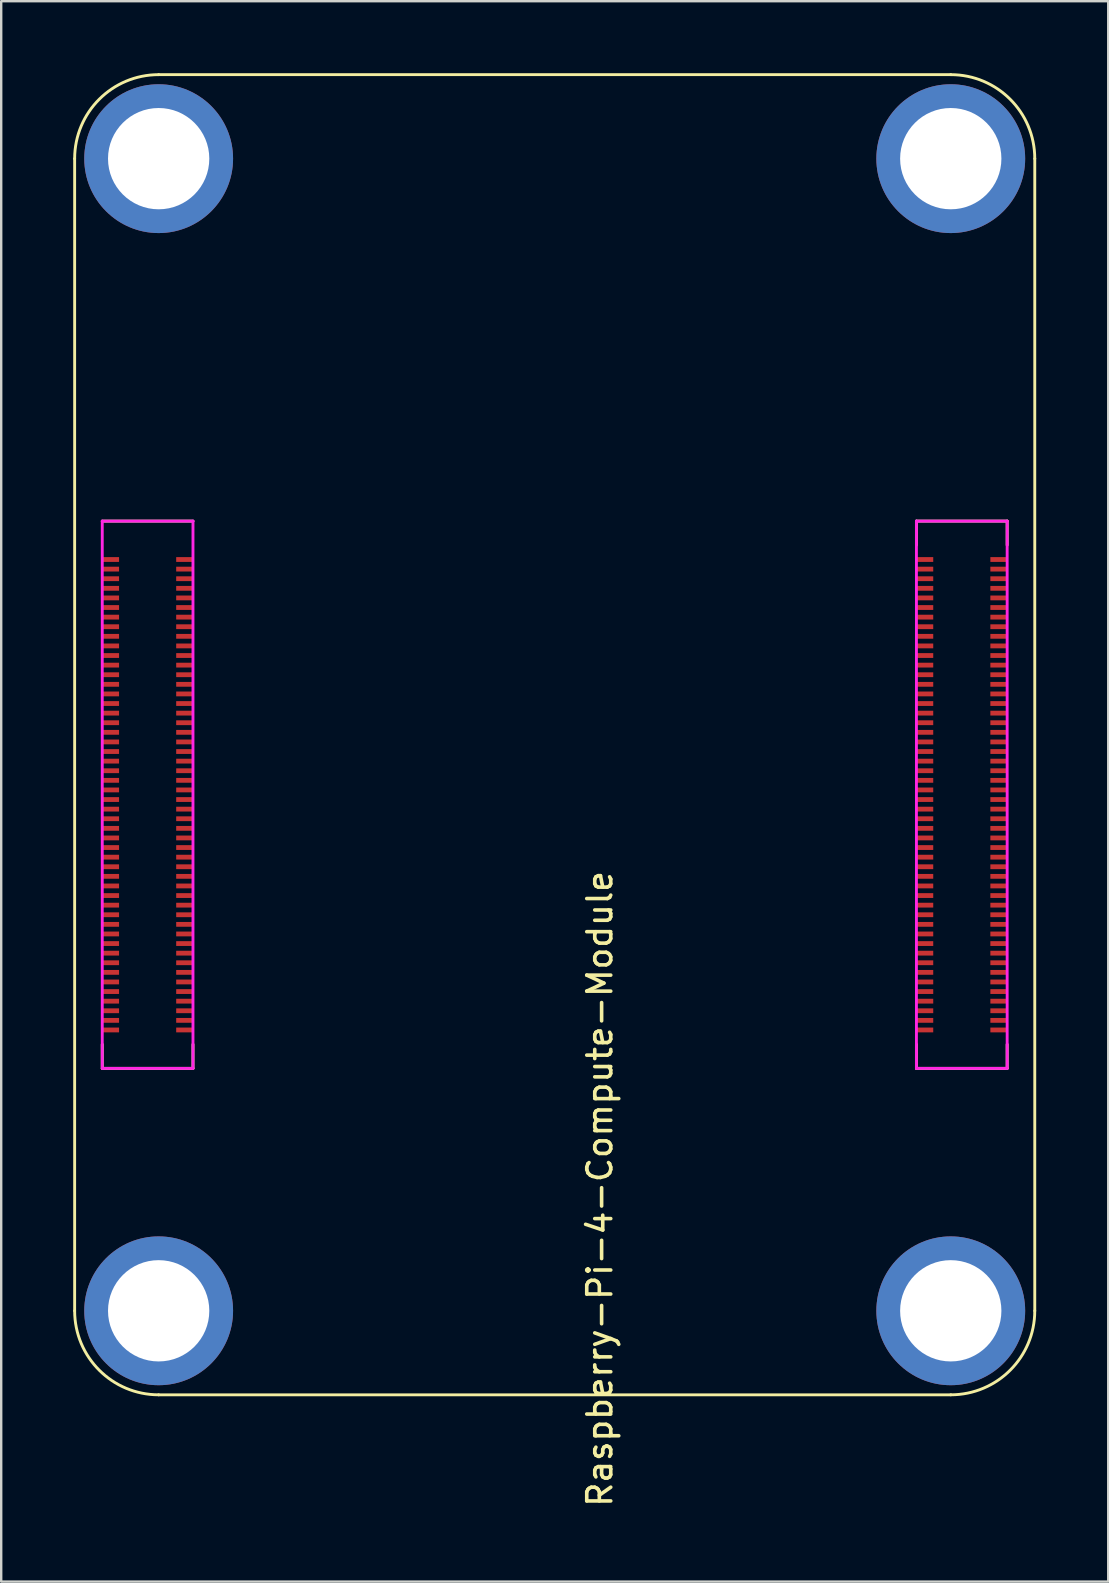
<source format=kicad_pcb>
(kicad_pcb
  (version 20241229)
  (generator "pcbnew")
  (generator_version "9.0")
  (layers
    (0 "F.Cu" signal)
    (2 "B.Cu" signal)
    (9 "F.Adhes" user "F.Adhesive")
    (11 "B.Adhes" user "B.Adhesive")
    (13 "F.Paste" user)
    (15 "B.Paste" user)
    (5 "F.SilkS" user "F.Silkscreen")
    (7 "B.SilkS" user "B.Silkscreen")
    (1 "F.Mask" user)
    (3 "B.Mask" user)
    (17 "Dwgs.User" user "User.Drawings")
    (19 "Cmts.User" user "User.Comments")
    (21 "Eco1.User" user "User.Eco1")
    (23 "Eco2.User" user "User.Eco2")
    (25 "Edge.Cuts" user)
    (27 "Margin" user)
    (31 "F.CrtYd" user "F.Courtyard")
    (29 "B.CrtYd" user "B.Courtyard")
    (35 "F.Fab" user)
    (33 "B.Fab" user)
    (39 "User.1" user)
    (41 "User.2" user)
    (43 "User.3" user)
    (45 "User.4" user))
  (footprint "Raspberry-Pi-4-Compute-Module"
    (layer "F.Cu")
    (at 3.56 51.56)
    (property "Reference" "Raspberry-Pi-4-Compute-Module" (at 18.38 -5.08 270) (layer "F.SilkS") (effects (font (size 1 1) (thickness 0.15))))
    (attr smd)
    (fp_line (start -3.5 -48) (end -3.5 0) (stroke (width 0.12) (type solid)) (layer "F.SilkS"))
    (fp_line (start -2.35 -32.9) (end 1.43 -32.9) (stroke (width 0.12) (type solid)) (layer "F.SilkS"))
    (fp_line (start -2.35 -10.1) (end -2.35 -11.1) (stroke (width 0.12) (type solid)) (layer "F.SilkS"))
    (fp_line (start -2.35 -10.1) (end 1.43 -10.1) (stroke (width 0.12) (type solid)) (layer "F.SilkS"))
    (fp_line (start 0 3.5) (end 33 3.5) (stroke (width 0.12) (type solid)) (layer "F.SilkS"))
    (fp_line (start 1.43 -10.1) (end 1.43 -11.1) (stroke (width 0.12) (type solid)) (layer "F.SilkS"))
    (fp_line (start 31.57 -32.9) (end 31.57 -31.9) (stroke (width 0.12) (type solid)) (layer "F.SilkS"))
    (fp_line (start 31.57 -32.9) (end 35.35 -32.9) (stroke (width 0.12) (type solid)) (layer "F.SilkS"))
    (fp_line (start 31.57 -10.1) (end 31.57 -11.1) (stroke (width 0.12) (type solid)) (layer "F.SilkS"))
    (fp_line (start 31.57 -10.1) (end 35.35 -10.1) (stroke (width 0.12) (type solid)) (layer "F.SilkS"))
    (fp_line (start 33 -51.5) (end 0 -51.5) (stroke (width 0.12) (type solid)) (layer "F.SilkS"))
    (fp_line (start 35.35 -32.9) (end 35.35 -31.9) (stroke (width 0.12) (type solid)) (layer "F.SilkS"))
    (fp_line (start 35.35 -10.1) (end 35.35 -11.1) (stroke (width 0.12) (type solid)) (layer "F.SilkS"))
    (fp_line (start 36.5 0) (end 36.5 -48) (stroke (width 0.12) (type solid)) (layer "F.SilkS"))
    (fp_arc (start -3.5 -48) (mid -2.474874 -50.474874) (end 0 -51.5) (stroke (width 0.12) (type solid)) (layer "F.SilkS"))
    (fp_arc (start 0 3.5) (mid -2.474874 2.474874) (end -3.5 0) (stroke (width 0.12) (type solid)) (layer "F.SilkS"))
    (fp_arc (start 33 -51.5) (mid 35.474874 -50.474874) (end 36.5 -48) (stroke (width 0.12) (type solid)) (layer "F.SilkS"))
    (fp_arc (start 36.5 0) (mid 35.474874 2.474874) (end 33 3.5) (stroke (width 0.12) (type solid)) (layer "F.SilkS"))
    (fp_line (start -2.35 -32.9) (end 1.43 -32.9) (stroke (width 0.12) (type solid)) (layer "F.CrtYd"))
    (fp_line (start -2.35 -10.1) (end -2.35 -32.9) (stroke (width 0.12) (type solid)) (layer "F.CrtYd"))
    (fp_line (start 1.43 -32.9) (end 1.43 -10.1) (stroke (width 0.12) (type solid)) (layer "F.CrtYd"))
    (fp_line (start 1.43 -10.1) (end -2.35 -10.1) (stroke (width 0.12) (type solid)) (layer "F.CrtYd"))
    (fp_line (start 31.57 -32.9) (end 35.35 -32.9) (stroke (width 0.12) (type solid)) (layer "F.CrtYd"))
    (fp_line (start 31.57 -10.1) (end 31.57 -32.9) (stroke (width 0.12) (type solid)) (layer "F.CrtYd"))
    (fp_line (start 35.35 -32.9) (end 35.35 -10.1) (stroke (width 0.12) (type solid)) (layer "F.CrtYd"))
    (fp_line (start 35.35 -10.1) (end 31.57 -10.1) (stroke (width 0.12) (type solid)) (layer "F.CrtYd"))
    (pad "" thru_hole circle (at 0 -48) (size 6.2 6.2) (drill 4.22) (layers "*.Cu" "*.Mask"))
    (pad "" thru_hole circle (at 0 0) (size 6.2 6.2) (drill 4.22) (layers "*.Cu" "*.Mask"))
    (pad "" thru_hole circle (at 33 -48) (size 6.2 6.2) (drill 4.22) (layers "*.Cu" "*.Mask"))
    (pad "" thru_hole circle (at 33 0) (size 6.2 6.2) (drill 4.22) (layers "*.Cu" "*.Mask"))
    (pad "1" smd rect (at -2 -31.3 270) (size 0.2 0.7) (layers "F.Cu" "F.Mask" "F.Paste"))
    (pad "2" smd rect (at 1.08 -31.3 270) (size 0.2 0.7) (layers "F.Cu" "F.Mask" "F.Paste"))
    (pad "3" smd rect (at -2 -30.9 270) (size 0.2 0.7) (layers "F.Cu" "F.Mask" "F.Paste"))
    (pad "4" smd rect (at 1.08 -30.9 270) (size 0.2 0.7) (layers "F.Cu" "F.Mask" "F.Paste"))
    (pad "5" smd rect (at -2 -30.5 270) (size 0.2 0.7) (layers "F.Cu" "F.Mask" "F.Paste"))
    (pad "6" smd rect (at 1.08 -30.5 270) (size 0.2 0.7) (layers "F.Cu" "F.Mask" "F.Paste"))
    (pad "7" smd rect (at -2 -30.1 270) (size 0.2 0.7) (layers "F.Cu" "F.Mask" "F.Paste"))
    (pad "8" smd rect (at 1.08 -30.1 270) (size 0.2 0.7) (layers "F.Cu" "F.Mask" "F.Paste"))
    (pad "9" smd rect (at -2 -29.7 270) (size 0.2 0.7) (layers "F.Cu" "F.Mask" "F.Paste"))
    (pad "10" smd rect (at 1.08 -29.7 270) (size 0.2 0.7) (layers "F.Cu" "F.Mask" "F.Paste"))
    (pad "11" smd rect (at -2 -29.3 270) (size 0.2 0.7) (layers "F.Cu" "F.Mask" "F.Paste"))
    (pad "12" smd rect (at 1.08 -29.3 270) (size 0.2 0.7) (layers "F.Cu" "F.Mask" "F.Paste"))
    (pad "13" smd rect (at -2 -28.9 270) (size 0.2 0.7) (layers "F.Cu" "F.Mask" "F.Paste"))
    (pad "14" smd rect (at 1.08 -28.9 270) (size 0.2 0.7) (layers "F.Cu" "F.Mask" "F.Paste"))
    (pad "15" smd rect (at -2 -28.5 270) (size 0.2 0.7) (layers "F.Cu" "F.Mask" "F.Paste"))
    (pad "16" smd rect (at 1.08 -28.5 270) (size 0.2 0.7) (layers "F.Cu" "F.Mask" "F.Paste"))
    (pad "17" smd rect (at -2 -28.1 270) (size 0.2 0.7) (layers "F.Cu" "F.Mask" "F.Paste"))
    (pad "18" smd rect (at 1.08 -28.1 270) (size 0.2 0.7) (layers "F.Cu" "F.Mask" "F.Paste"))
    (pad "19" smd rect (at -2 -27.7 270) (size 0.2 0.7) (layers "F.Cu" "F.Mask" "F.Paste"))
    (pad "20" smd rect (at 1.08 -27.7 270) (size 0.2 0.7) (layers "F.Cu" "F.Mask" "F.Paste"))
    (pad "21" smd rect (at -2 -27.3 270) (size 0.2 0.7) (layers "F.Cu" "F.Mask" "F.Paste"))
    (pad "22" smd rect (at 1.08 -27.3 270) (size 0.2 0.7) (layers "F.Cu" "F.Mask" "F.Paste"))
    (pad "23" smd rect (at -2 -26.9 270) (size 0.2 0.7) (layers "F.Cu" "F.Mask" "F.Paste"))
    (pad "24" smd rect (at 1.08 -26.9 270) (size 0.2 0.7) (layers "F.Cu" "F.Mask" "F.Paste"))
    (pad "25" smd rect (at -2 -26.5 270) (size 0.2 0.7) (layers "F.Cu" "F.Mask" "F.Paste"))
    (pad "26" smd rect (at 1.08 -26.5 270) (size 0.2 0.7) (layers "F.Cu" "F.Mask" "F.Paste"))
    (pad "27" smd rect (at -2 -26.1 270) (size 0.2 0.7) (layers "F.Cu" "F.Mask" "F.Paste"))
    (pad "28" smd rect (at 1.08 -26.1 270) (size 0.2 0.7) (layers "F.Cu" "F.Mask" "F.Paste"))
    (pad "29" smd rect (at -2 -25.7 270) (size 0.2 0.7) (layers "F.Cu" "F.Mask" "F.Paste"))
    (pad "30" smd rect (at 1.08 -25.7 270) (size 0.2 0.7) (layers "F.Cu" "F.Mask" "F.Paste"))
    (pad "31" smd rect (at -2 -25.3 270) (size 0.2 0.7) (layers "F.Cu" "F.Mask" "F.Paste"))
    (pad "32" smd rect (at 1.08 -25.3 270) (size 0.2 0.7) (layers "F.Cu" "F.Mask" "F.Paste"))
    (pad "33" smd rect (at -2 -24.9 270) (size 0.2 0.7) (layers "F.Cu" "F.Mask" "F.Paste"))
    (pad "34" smd rect (at 1.08 -24.9 270) (size 0.2 0.7) (layers "F.Cu" "F.Mask" "F.Paste"))
    (pad "35" smd rect (at -2 -24.5 270) (size 0.2 0.7) (layers "F.Cu" "F.Mask" "F.Paste"))
    (pad "36" smd rect (at 1.08 -24.5 270) (size 0.2 0.7) (layers "F.Cu" "F.Mask" "F.Paste"))
    (pad "37" smd rect (at -2 -24.1 270) (size 0.2 0.7) (layers "F.Cu" "F.Mask" "F.Paste"))
    (pad "38" smd rect (at 1.08 -24.1 270) (size 0.2 0.7) (layers "F.Cu" "F.Mask" "F.Paste"))
    (pad "39" smd rect (at -2 -23.7 270) (size 0.2 0.7) (layers "F.Cu" "F.Mask" "F.Paste"))
    (pad "40" smd rect (at 1.08 -23.7 270) (size 0.2 0.7) (layers "F.Cu" "F.Mask" "F.Paste"))
    (pad "41" smd rect (at -2 -23.3 270) (size 0.2 0.7) (layers "F.Cu" "F.Mask" "F.Paste"))
    (pad "42" smd rect (at 1.08 -23.3 270) (size 0.2 0.7) (layers "F.Cu" "F.Mask" "F.Paste"))
    (pad "43" smd rect (at -2 -22.9 270) (size 0.2 0.7) (layers "F.Cu" "F.Mask" "F.Paste"))
    (pad "44" smd rect (at 1.08 -22.9 270) (size 0.2 0.7) (layers "F.Cu" "F.Mask" "F.Paste"))
    (pad "45" smd rect (at -2 -22.5 270) (size 0.2 0.7) (layers "F.Cu" "F.Mask" "F.Paste"))
    (pad "46" smd rect (at 1.08 -22.5 270) (size 0.2 0.7) (layers "F.Cu" "F.Mask" "F.Paste"))
    (pad "47" smd rect (at -2 -22.1 270) (size 0.2 0.7) (layers "F.Cu" "F.Mask" "F.Paste"))
    (pad "48" smd rect (at 1.08 -22.1 270) (size 0.2 0.7) (layers "F.Cu" "F.Mask" "F.Paste"))
    (pad "49" smd rect (at -2 -21.7 270) (size 0.2 0.7) (layers "F.Cu" "F.Mask" "F.Paste"))
    (pad "50" smd rect (at 1.08 -21.7 270) (size 0.2 0.7) (layers "F.Cu" "F.Mask" "F.Paste"))
    (pad "51" smd rect (at -2 -21.3 270) (size 0.2 0.7) (layers "F.Cu" "F.Mask" "F.Paste"))
    (pad "52" smd rect (at 1.08 -21.3 270) (size 0.2 0.7) (layers "F.Cu" "F.Mask" "F.Paste"))
    (pad "53" smd rect (at -2 -20.9 270) (size 0.2 0.7) (layers "F.Cu" "F.Mask" "F.Paste"))
    (pad "54" smd rect (at 1.08 -20.9 270) (size 0.2 0.7) (layers "F.Cu" "F.Mask" "F.Paste"))
    (pad "55" smd rect (at -2 -20.5 270) (size 0.2 0.7) (layers "F.Cu" "F.Mask" "F.Paste"))
    (pad "56" smd rect (at 1.08 -20.5 270) (size 0.2 0.7) (layers "F.Cu" "F.Mask" "F.Paste"))
    (pad "57" smd rect (at -2 -20.1 270) (size 0.2 0.7) (layers "F.Cu" "F.Mask" "F.Paste"))
    (pad "58" smd rect (at 1.08 -20.1 270) (size 0.2 0.7) (layers "F.Cu" "F.Mask" "F.Paste"))
    (pad "59" smd rect (at -2 -19.7 270) (size 0.2 0.7) (layers "F.Cu" "F.Mask" "F.Paste"))
    (pad "60" smd rect (at 1.08 -19.7 270) (size 0.2 0.7) (layers "F.Cu" "F.Mask" "F.Paste"))
    (pad "61" smd rect (at -2 -19.3 270) (size 0.2 0.7) (layers "F.Cu" "F.Mask" "F.Paste"))
    (pad "62" smd rect (at 1.08 -19.3 270) (size 0.2 0.7) (layers "F.Cu" "F.Mask" "F.Paste"))
    (pad "63" smd rect (at -2 -18.9 270) (size 0.2 0.7) (layers "F.Cu" "F.Mask" "F.Paste"))
    (pad "64" smd rect (at 1.08 -18.9 270) (size 0.2 0.7) (layers "F.Cu" "F.Mask" "F.Paste"))
    (pad "65" smd rect (at -2 -18.5 270) (size 0.2 0.7) (layers "F.Cu" "F.Mask" "F.Paste"))
    (pad "66" smd rect (at 1.08 -18.5 270) (size 0.2 0.7) (layers "F.Cu" "F.Mask" "F.Paste"))
    (pad "67" smd rect (at -2 -18.1 270) (size 0.2 0.7) (layers "F.Cu" "F.Mask" "F.Paste"))
    (pad "68" smd rect (at 1.08 -18.1 270) (size 0.2 0.7) (layers "F.Cu" "F.Mask" "F.Paste"))
    (pad "69" smd rect (at -2 -17.7 270) (size 0.2 0.7) (layers "F.Cu" "F.Mask" "F.Paste"))
    (pad "70" smd rect (at 1.08 -17.7 270) (size 0.2 0.7) (layers "F.Cu" "F.Mask" "F.Paste"))
    (pad "71" smd rect (at -2 -17.3 270) (size 0.2 0.7) (layers "F.Cu" "F.Mask" "F.Paste"))
    (pad "72" smd rect (at 1.08 -17.3 270) (size 0.2 0.7) (layers "F.Cu" "F.Mask" "F.Paste"))
    (pad "73" smd rect (at -2 -16.9 270) (size 0.2 0.7) (layers "F.Cu" "F.Mask" "F.Paste"))
    (pad "74" smd rect (at 1.08 -16.9 270) (size 0.2 0.7) (layers "F.Cu" "F.Mask" "F.Paste"))
    (pad "75" smd rect (at -2 -16.5 270) (size 0.2 0.7) (layers "F.Cu" "F.Mask" "F.Paste"))
    (pad "76" smd rect (at 1.08 -16.5 270) (size 0.2 0.7) (layers "F.Cu" "F.Mask" "F.Paste"))
    (pad "77" smd rect (at -2 -16.1 270) (size 0.2 0.7) (layers "F.Cu" "F.Mask" "F.Paste"))
    (pad "78" smd rect (at 1.08 -16.1 270) (size 0.2 0.7) (layers "F.Cu" "F.Mask" "F.Paste"))
    (pad "79" smd rect (at -2 -15.7 270) (size 0.2 0.7) (layers "F.Cu" "F.Mask" "F.Paste"))
    (pad "80" smd rect (at 1.08 -15.7 270) (size 0.2 0.7) (layers "F.Cu" "F.Mask" "F.Paste"))
    (pad "81" smd rect (at -2 -15.3 270) (size 0.2 0.7) (layers "F.Cu" "F.Mask" "F.Paste"))
    (pad "82" smd rect (at 1.08 -15.3 270) (size 0.2 0.7) (layers "F.Cu" "F.Mask" "F.Paste"))
    (pad "83" smd rect (at -2 -14.9 270) (size 0.2 0.7) (layers "F.Cu" "F.Mask" "F.Paste"))
    (pad "84" smd rect (at 1.08 -14.9 270) (size 0.2 0.7) (layers "F.Cu" "F.Mask" "F.Paste"))
    (pad "85" smd rect (at -2 -14.5 270) (size 0.2 0.7) (layers "F.Cu" "F.Mask" "F.Paste"))
    (pad "86" smd rect (at 1.08 -14.5 270) (size 0.2 0.7) (layers "F.Cu" "F.Mask" "F.Paste"))
    (pad "87" smd rect (at -2 -14.1 270) (size 0.2 0.7) (layers "F.Cu" "F.Mask" "F.Paste"))
    (pad "88" smd rect (at 1.08 -14.1 270) (size 0.2 0.7) (layers "F.Cu" "F.Mask" "F.Paste"))
    (pad "89" smd rect (at -2 -13.7 270) (size 0.2 0.7) (layers "F.Cu" "F.Mask" "F.Paste"))
    (pad "90" smd rect (at 1.08 -13.7 270) (size 0.2 0.7) (layers "F.Cu" "F.Mask" "F.Paste"))
    (pad "91" smd rect (at -2 -13.3 270) (size 0.2 0.7) (layers "F.Cu" "F.Mask" "F.Paste"))
    (pad "92" smd rect (at 1.08 -13.3 270) (size 0.2 0.7) (layers "F.Cu" "F.Mask" "F.Paste"))
    (pad "93" smd rect (at -2 -12.9 270) (size 0.2 0.7) (layers "F.Cu" "F.Mask" "F.Paste"))
    (pad "94" smd rect (at 1.08 -12.9 270) (size 0.2 0.7) (layers "F.Cu" "F.Mask" "F.Paste"))
    (pad "95" smd rect (at -2 -12.5 270) (size 0.2 0.7) (layers "F.Cu" "F.Mask" "F.Paste"))
    (pad "96" smd rect (at 1.08 -12.5 270) (size 0.2 0.7) (layers "F.Cu" "F.Mask" "F.Paste"))
    (pad "97" smd rect (at -2 -12.1 270) (size 0.2 0.7) (layers "F.Cu" "F.Mask" "F.Paste"))
    (pad "98" smd rect (at 1.08 -12.1 270) (size 0.2 0.7) (layers "F.Cu" "F.Mask" "F.Paste"))
    (pad "99" smd rect (at -2 -11.7 270) (size 0.2 0.7) (layers "F.Cu" "F.Mask" "F.Paste"))
    (pad "100" smd rect (at 1.08 -11.7 270) (size 0.2 0.7) (layers "F.Cu" "F.Mask" "F.Paste"))
    (pad "101" smd rect (at 31.92 -31.3 270) (size 0.2 0.7) (layers "F.Cu" "F.Mask" "F.Paste"))
    (pad "102" smd rect (at 35 -31.3 270) (size 0.2 0.7) (layers "F.Cu" "F.Mask" "F.Paste"))
    (pad "103" smd rect (at 31.92 -30.9 270) (size 0.2 0.7) (layers "F.Cu" "F.Mask" "F.Paste"))
    (pad "104" smd rect (at 35 -30.9 270) (size 0.2 0.7) (layers "F.Cu" "F.Mask" "F.Paste"))
    (pad "105" smd rect (at 31.92 -30.5 270) (size 0.2 0.7) (layers "F.Cu" "F.Mask" "F.Paste"))
    (pad "106" smd rect (at 35 -30.5 270) (size 0.2 0.7) (layers "F.Cu" "F.Mask" "F.Paste"))
    (pad "107" smd rect (at 31.92 -30.1 270) (size 0.2 0.7) (layers "F.Cu" "F.Mask" "F.Paste"))
    (pad "108" smd rect (at 35 -30.1 270) (size 0.2 0.7) (layers "F.Cu" "F.Mask" "F.Paste"))
    (pad "109" smd rect (at 31.92 -29.7 270) (size 0.2 0.7) (layers "F.Cu" "F.Mask" "F.Paste"))
    (pad "110" smd rect (at 35 -29.7 270) (size 0.2 0.7) (layers "F.Cu" "F.Mask" "F.Paste"))
    (pad "111" smd rect (at 31.92 -29.3 270) (size 0.2 0.7) (layers "F.Cu" "F.Mask" "F.Paste"))
    (pad "112" smd rect (at 35 -29.3 270) (size 0.2 0.7) (layers "F.Cu" "F.Mask" "F.Paste"))
    (pad "113" smd rect (at 31.92 -28.9 270) (size 0.2 0.7) (layers "F.Cu" "F.Mask" "F.Paste"))
    (pad "114" smd rect (at 35 -28.9 270) (size 0.2 0.7) (layers "F.Cu" "F.Mask" "F.Paste"))
    (pad "115" smd rect (at 31.92 -28.5 270) (size 0.2 0.7) (layers "F.Cu" "F.Mask" "F.Paste"))
    (pad "116" smd rect (at 35 -28.5 270) (size 0.2 0.7) (layers "F.Cu" "F.Mask" "F.Paste"))
    (pad "117" smd rect (at 31.92 -28.1 270) (size 0.2 0.7) (layers "F.Cu" "F.Mask" "F.Paste"))
    (pad "118" smd rect (at 35 -28.1 270) (size 0.2 0.7) (layers "F.Cu" "F.Mask" "F.Paste"))
    (pad "119" smd rect (at 31.92 -27.7 270) (size 0.2 0.7) (layers "F.Cu" "F.Mask" "F.Paste"))
    (pad "120" smd rect (at 35 -27.7 270) (size 0.2 0.7) (layers "F.Cu" "F.Mask" "F.Paste"))
    (pad "121" smd rect (at 31.92 -27.3 270) (size 0.2 0.7) (layers "F.Cu" "F.Mask" "F.Paste"))
    (pad "122" smd rect (at 35 -27.3 270) (size 0.2 0.7) (layers "F.Cu" "F.Mask" "F.Paste"))
    (pad "123" smd rect (at 31.92 -26.9 270) (size 0.2 0.7) (layers "F.Cu" "F.Mask" "F.Paste"))
    (pad "124" smd rect (at 35 -26.9 270) (size 0.2 0.7) (layers "F.Cu" "F.Mask" "F.Paste"))
    (pad "125" smd rect (at 31.92 -26.5 270) (size 0.2 0.7) (layers "F.Cu" "F.Mask" "F.Paste"))
    (pad "126" smd rect (at 35 -26.5 270) (size 0.2 0.7) (layers "F.Cu" "F.Mask" "F.Paste"))
    (pad "127" smd rect (at 31.92 -26.1 270) (size 0.2 0.7) (layers "F.Cu" "F.Mask" "F.Paste"))
    (pad "128" smd rect (at 35 -26.1 270) (size 0.2 0.7) (layers "F.Cu" "F.Mask" "F.Paste"))
    (pad "129" smd rect (at 31.92 -25.7 270) (size 0.2 0.7) (layers "F.Cu" "F.Mask" "F.Paste"))
    (pad "130" smd rect (at 35 -25.7 270) (size 0.2 0.7) (layers "F.Cu" "F.Mask" "F.Paste"))
    (pad "131" smd rect (at 31.92 -25.3 270) (size 0.2 0.7) (layers "F.Cu" "F.Mask" "F.Paste"))
    (pad "132" smd rect (at 35 -25.3 270) (size 0.2 0.7) (layers "F.Cu" "F.Mask" "F.Paste"))
    (pad "133" smd rect (at 31.92 -24.9 270) (size 0.2 0.7) (layers "F.Cu" "F.Mask" "F.Paste"))
    (pad "134" smd rect (at 35 -24.9 270) (size 0.2 0.7) (layers "F.Cu" "F.Mask" "F.Paste"))
    (pad "135" smd rect (at 31.92 -24.5 270) (size 0.2 0.7) (layers "F.Cu" "F.Mask" "F.Paste"))
    (pad "136" smd rect (at 35 -24.5 270) (size 0.2 0.7) (layers "F.Cu" "F.Mask" "F.Paste"))
    (pad "137" smd rect (at 31.92 -24.1 270) (size 0.2 0.7) (layers "F.Cu" "F.Mask" "F.Paste"))
    (pad "138" smd rect (at 35 -24.1 270) (size 0.2 0.7) (layers "F.Cu" "F.Mask" "F.Paste"))
    (pad "139" smd rect (at 31.92 -23.7 270) (size 0.2 0.7) (layers "F.Cu" "F.Mask" "F.Paste"))
    (pad "140" smd rect (at 35 -23.7 270) (size 0.2 0.7) (layers "F.Cu" "F.Mask" "F.Paste"))
    (pad "141" smd rect (at 31.92 -23.3 270) (size 0.2 0.7) (layers "F.Cu" "F.Mask" "F.Paste"))
    (pad "142" smd rect (at 35 -23.3 270) (size 0.2 0.7) (layers "F.Cu" "F.Mask" "F.Paste"))
    (pad "143" smd rect (at 31.92 -22.9 270) (size 0.2 0.7) (layers "F.Cu" "F.Mask" "F.Paste"))
    (pad "144" smd rect (at 35 -22.9 270) (size 0.2 0.7) (layers "F.Cu" "F.Mask" "F.Paste"))
    (pad "145" smd rect (at 31.92 -22.5 270) (size 0.2 0.7) (layers "F.Cu" "F.Mask" "F.Paste"))
    (pad "146" smd rect (at 35 -22.5 270) (size 0.2 0.7) (layers "F.Cu" "F.Mask" "F.Paste"))
    (pad "147" smd rect (at 31.92 -22.1 270) (size 0.2 0.7) (layers "F.Cu" "F.Mask" "F.Paste"))
    (pad "148" smd rect (at 35 -22.1 270) (size 0.2 0.7) (layers "F.Cu" "F.Mask" "F.Paste"))
    (pad "149" smd rect (at 31.92 -21.7 270) (size 0.2 0.7) (layers "F.Cu" "F.Mask" "F.Paste"))
    (pad "150" smd rect (at 35 -21.7 270) (size 0.2 0.7) (layers "F.Cu" "F.Mask" "F.Paste"))
    (pad "151" smd rect (at 31.92 -21.3 270) (size 0.2 0.7) (layers "F.Cu" "F.Mask" "F.Paste"))
    (pad "152" smd rect (at 35 -21.3 270) (size 0.2 0.7) (layers "F.Cu" "F.Mask" "F.Paste"))
    (pad "153" smd rect (at 31.92 -20.9 270) (size 0.2 0.7) (layers "F.Cu" "F.Mask" "F.Paste"))
    (pad "154" smd rect (at 35 -20.9 270) (size 0.2 0.7) (layers "F.Cu" "F.Mask" "F.Paste"))
    (pad "155" smd rect (at 31.92 -20.5 270) (size 0.2 0.7) (layers "F.Cu" "F.Mask" "F.Paste"))
    (pad "156" smd rect (at 35 -20.5 270) (size 0.2 0.7) (layers "F.Cu" "F.Mask" "F.Paste"))
    (pad "157" smd rect (at 31.92 -20.1 270) (size 0.2 0.7) (layers "F.Cu" "F.Mask" "F.Paste"))
    (pad "158" smd rect (at 35 -20.1 270) (size 0.2 0.7) (layers "F.Cu" "F.Mask" "F.Paste"))
    (pad "159" smd rect (at 31.92 -19.7 270) (size 0.2 0.7) (layers "F.Cu" "F.Mask" "F.Paste"))
    (pad "160" smd rect (at 35 -19.7 270) (size 0.2 0.7) (layers "F.Cu" "F.Mask" "F.Paste"))
    (pad "161" smd rect (at 31.92 -19.3 270) (size 0.2 0.7) (layers "F.Cu" "F.Mask" "F.Paste"))
    (pad "162" smd rect (at 35 -19.3 270) (size 0.2 0.7) (layers "F.Cu" "F.Mask" "F.Paste"))
    (pad "163" smd rect (at 31.92 -18.9 270) (size 0.2 0.7) (layers "F.Cu" "F.Mask" "F.Paste"))
    (pad "164" smd rect (at 35 -18.9 270) (size 0.2 0.7) (layers "F.Cu" "F.Mask" "F.Paste"))
    (pad "165" smd rect (at 31.92 -18.5 270) (size 0.2 0.7) (layers "F.Cu" "F.Mask" "F.Paste"))
    (pad "166" smd rect (at 35 -18.5 270) (size 0.2 0.7) (layers "F.Cu" "F.Mask" "F.Paste"))
    (pad "167" smd rect (at 31.92 -18.1 270) (size 0.2 0.7) (layers "F.Cu" "F.Mask" "F.Paste"))
    (pad "168" smd rect (at 35 -18.1 270) (size 0.2 0.7) (layers "F.Cu" "F.Mask" "F.Paste"))
    (pad "169" smd rect (at 31.92 -17.7 270) (size 0.2 0.7) (layers "F.Cu" "F.Mask" "F.Paste"))
    (pad "170" smd rect (at 35 -17.7 270) (size 0.2 0.7) (layers "F.Cu" "F.Mask" "F.Paste"))
    (pad "171" smd rect (at 31.92 -17.3 270) (size 0.2 0.7) (layers "F.Cu" "F.Mask" "F.Paste"))
    (pad "172" smd rect (at 35 -17.3 270) (size 0.2 0.7) (layers "F.Cu" "F.Mask" "F.Paste"))
    (pad "173" smd rect (at 31.92 -16.9 270) (size 0.2 0.7) (layers "F.Cu" "F.Mask" "F.Paste"))
    (pad "174" smd rect (at 35 -16.9 270) (size 0.2 0.7) (layers "F.Cu" "F.Mask" "F.Paste"))
    (pad "175" smd rect (at 31.92 -16.5 270) (size 0.2 0.7) (layers "F.Cu" "F.Mask" "F.Paste"))
    (pad "176" smd rect (at 35 -16.5 270) (size 0.2 0.7) (layers "F.Cu" "F.Mask" "F.Paste"))
    (pad "177" smd rect (at 31.92 -16.1 270) (size 0.2 0.7) (layers "F.Cu" "F.Mask" "F.Paste"))
    (pad "178" smd rect (at 35 -16.1 270) (size 0.2 0.7) (layers "F.Cu" "F.Mask" "F.Paste"))
    (pad "179" smd rect (at 31.92 -15.7 270) (size 0.2 0.7) (layers "F.Cu" "F.Mask" "F.Paste"))
    (pad "180" smd rect (at 35 -15.7 270) (size 0.2 0.7) (layers "F.Cu" "F.Mask" "F.Paste"))
    (pad "181" smd rect (at 31.92 -15.3 270) (size 0.2 0.7) (layers "F.Cu" "F.Mask" "F.Paste"))
    (pad "182" smd rect (at 35 -15.3 270) (size 0.2 0.7) (layers "F.Cu" "F.Mask" "F.Paste"))
    (pad "183" smd rect (at 31.92 -14.9 270) (size 0.2 0.7) (layers "F.Cu" "F.Mask" "F.Paste"))
    (pad "184" smd rect (at 35 -14.9 270) (size 0.2 0.7) (layers "F.Cu" "F.Mask" "F.Paste"))
    (pad "185" smd rect (at 31.92 -14.5 270) (size 0.2 0.7) (layers "F.Cu" "F.Mask" "F.Paste"))
    (pad "186" smd rect (at 35 -14.5 270) (size 0.2 0.7) (layers "F.Cu" "F.Mask" "F.Paste"))
    (pad "187" smd rect (at 31.92 -14.1 270) (size 0.2 0.7) (layers "F.Cu" "F.Mask" "F.Paste"))
    (pad "188" smd rect (at 35 -14.1 270) (size 0.2 0.7) (layers "F.Cu" "F.Mask" "F.Paste"))
    (pad "189" smd rect (at 31.92 -13.7 270) (size 0.2 0.7) (layers "F.Cu" "F.Mask" "F.Paste"))
    (pad "190" smd rect (at 35 -13.7 270) (size 0.2 0.7) (layers "F.Cu" "F.Mask" "F.Paste"))
    (pad "191" smd rect (at 31.92 -13.3 270) (size 0.2 0.7) (layers "F.Cu" "F.Mask" "F.Paste"))
    (pad "192" smd rect (at 35 -13.3 270) (size 0.2 0.7) (layers "F.Cu" "F.Mask" "F.Paste"))
    (pad "193" smd rect (at 31.92 -12.9 270) (size 0.2 0.7) (layers "F.Cu" "F.Mask" "F.Paste"))
    (pad "194" smd rect (at 35 -12.9 270) (size 0.2 0.7) (layers "F.Cu" "F.Mask" "F.Paste"))
    (pad "195" smd rect (at 31.92 -12.5 270) (size 0.2 0.7) (layers "F.Cu" "F.Mask" "F.Paste"))
    (pad "196" smd rect (at 35 -12.5 270) (size 0.2 0.7) (layers "F.Cu" "F.Mask" "F.Paste"))
    (pad "197" smd rect (at 31.92 -12.1 270) (size 0.2 0.7) (layers "F.Cu" "F.Mask" "F.Paste"))
    (pad "198" smd rect (at 35 -12.1 270) (size 0.2 0.7) (layers "F.Cu" "F.Mask" "F.Paste"))
    (pad "199" smd rect (at 31.92 -11.7 270) (size 0.2 0.7) (layers "F.Cu" "F.Mask" "F.Paste"))
    (pad "200" smd rect (at 35 -11.7 270) (size 0.2 0.7) (layers "F.Cu" "F.Mask" "F.Paste")))
  (gr_rect
    (start -3 -3)
    (end 43.12 62.843)
    (stroke (width 0.1) (type default))
    (fill no)
    (layer "Edge.Cuts")))
</source>
